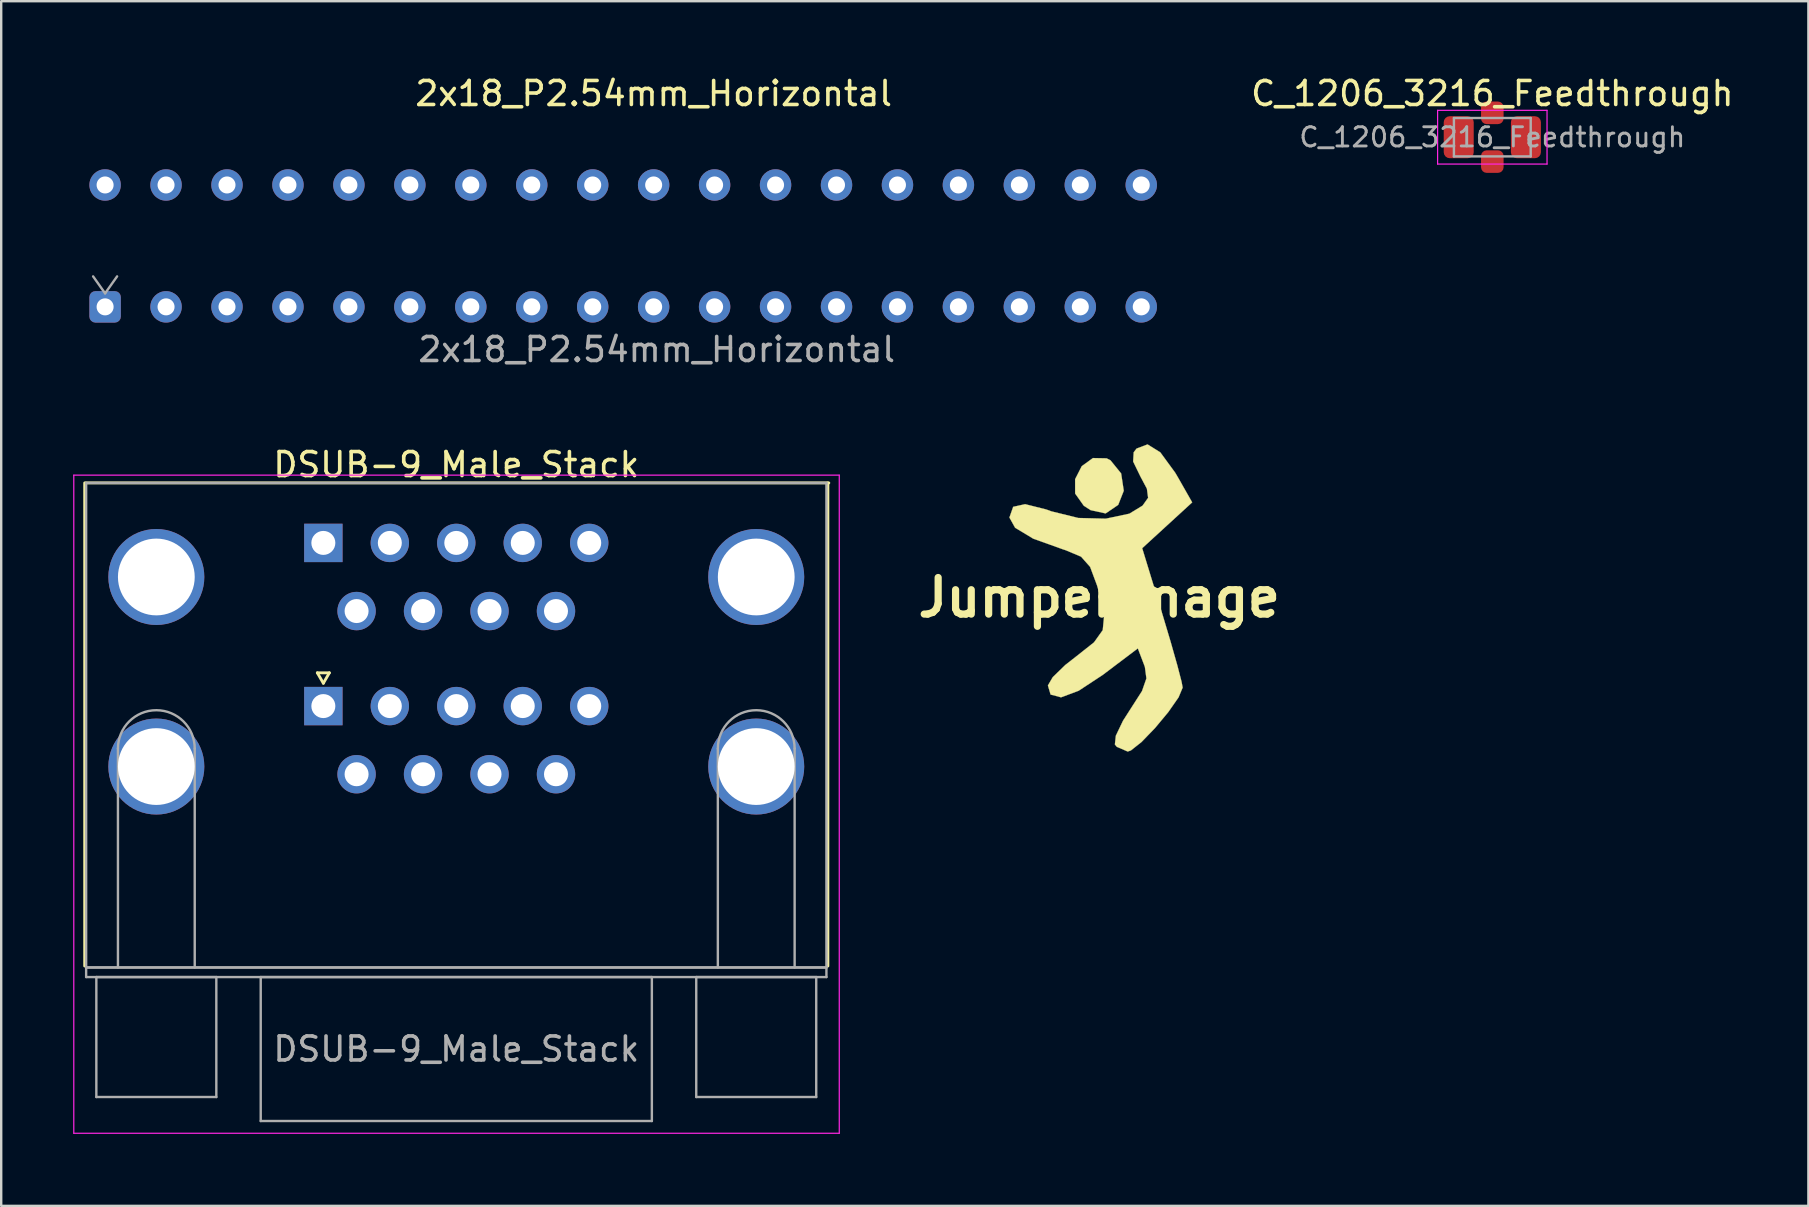
<source format=kicad_pcb>
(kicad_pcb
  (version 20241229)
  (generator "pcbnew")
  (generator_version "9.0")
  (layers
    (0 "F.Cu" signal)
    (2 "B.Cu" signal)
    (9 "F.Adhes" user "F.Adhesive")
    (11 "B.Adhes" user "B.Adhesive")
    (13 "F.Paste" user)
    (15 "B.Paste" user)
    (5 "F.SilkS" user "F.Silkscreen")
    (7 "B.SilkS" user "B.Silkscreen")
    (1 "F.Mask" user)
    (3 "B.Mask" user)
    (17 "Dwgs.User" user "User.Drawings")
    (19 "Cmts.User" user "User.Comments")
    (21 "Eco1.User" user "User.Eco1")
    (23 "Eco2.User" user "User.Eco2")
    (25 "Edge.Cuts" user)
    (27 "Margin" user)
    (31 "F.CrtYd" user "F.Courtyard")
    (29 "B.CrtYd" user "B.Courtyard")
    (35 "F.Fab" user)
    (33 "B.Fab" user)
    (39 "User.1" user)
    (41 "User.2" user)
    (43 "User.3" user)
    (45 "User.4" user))
  (footprint "C_1206_3216_Feedthrough"
    (layer "F.Cu")
    (at 59.14 2.668)
    (property "Reference" "C_1206_3216_Feedthrough" (at 0 -1.82 0) (layer "F.SilkS") (effects (font (size 1 1) (thickness 0.15))))
    (attr smd)
    (fp_line (start -2.28 -1.12) (end 2.28 -1.12) (stroke (width 0.05) (type solid)) (layer "F.CrtYd"))
    (fp_line (start -2.28 1.12) (end -2.28 -1.12) (stroke (width 0.05) (type solid)) (layer "F.CrtYd"))
    (fp_line (start 2.28 -1.12) (end 2.28 1.12) (stroke (width 0.05) (type solid)) (layer "F.CrtYd"))
    (fp_line (start 2.28 1.12) (end -2.28 1.12) (stroke (width 0.05) (type solid)) (layer "F.CrtYd"))
    (fp_line (start -1.6 -0.8) (end 1.6 -0.8) (stroke (width 0.1) (type solid)) (layer "F.Fab"))
    (fp_line (start -1.6 0.8) (end -1.6 -0.8) (stroke (width 0.1) (type solid)) (layer "F.Fab"))
    (fp_line (start 1.6 -0.8) (end 1.6 0.8) (stroke (width 0.1) (type solid)) (layer "F.Fab"))
    (fp_line (start 1.6 0.8) (end -1.6 0.8) (stroke (width 0.1) (type solid)) (layer "F.Fab"))
    (fp_text user "${REFERENCE}" (at 0 0 0) (layer "F.Fab") (effects (font (size 0.8 0.8) (thickness 0.12))))
    (pad "1" smd roundrect (at -1.4 0) (size 1.25 1.75) (layers "F.Cu" "F.Mask" "F.Paste") (roundrect_rratio 0.2))
    (pad "2" smd roundrect (at 0 -1.016) (size 0.94 0.94) (layers "F.Cu" "F.Mask" "F.Paste") (roundrect_rratio 0.25))
    (pad "2" smd roundrect (at 0 1.016) (size 0.94 0.94) (layers "F.Cu" "F.Mask" "F.Paste") (roundrect_rratio 0.25))
    (pad "3" smd roundrect (at 1.4 0) (size 1.25 1.75) (layers "F.Cu" "F.Mask" "F.Paste") (roundrect_rratio 0.2)))
  (footprint "DSUB-9_Male_Stack"
    (layer "F.Cu")
    (at 16.013 37.395)
    (property "Reference" "DSUB-9_Male_Stack" (at -0.048 -21.082 0) (layer "F.SilkS") (effects (font (size 1 1) (thickness 0.15))))
    (attr through_hole)
    (fp_line (start -15.533 -0.188) (end -15.533 -20.32) (stroke (width 0.12) (type solid)) (layer "F.SilkS"))
    (fp_line (start -15.494 -20.32) (end 15.476 -20.32) (stroke (width 0.12) (type solid)) (layer "F.SilkS"))
    (fp_line (start -5.838 -12.406) (end -5.338 -12.406) (stroke (width 0.12) (type solid)) (layer "F.SilkS"))
    (fp_line (start -5.588 -11.973) (end -5.838 -12.406) (stroke (width 0.12) (type solid)) (layer "F.SilkS"))
    (fp_line (start -5.338 -12.406) (end -5.588 -11.973) (stroke (width 0.12) (type solid)) (layer "F.SilkS"))
    (fp_line (start 15.437 -20.32) (end 15.437 -0.188) (stroke (width 0.12) (type solid)) (layer "F.SilkS"))
    (fp_line (start -15.988 -20.644) (end -15.988 6.782) (stroke (width 0.05) (type solid)) (layer "F.CrtYd"))
    (fp_line (start -15.988 6.782) (end 15.912 6.782) (stroke (width 0.05) (type solid)) (layer "F.CrtYd"))
    (fp_line (start 15.912 -20.644) (end -15.988 -20.644) (stroke (width 0.05) (type solid)) (layer "F.CrtYd"))
    (fp_line (start 15.912 6.782) (end 15.912 -20.644) (stroke (width 0.05) (type solid)) (layer "F.CrtYd"))
    (fp_line (start -15.473 -20.32) (end -15.473 -0.128) (stroke (width 0.1) (type solid)) (layer "F.Fab"))
    (fp_line (start -15.473 -0.128) (end -15.473 0.272) (stroke (width 0.1) (type solid)) (layer "F.Fab"))
    (fp_line (start -15.473 -0.128) (end 15.377 -0.128) (stroke (width 0.1) (type solid)) (layer "F.Fab"))
    (fp_line (start -15.473 0.272) (end 15.377 0.272) (stroke (width 0.1) (type solid)) (layer "F.Fab"))
    (fp_line (start -15.048 0.272) (end -15.048 5.272) (stroke (width 0.1) (type solid)) (layer "F.Fab"))
    (fp_line (start -15.048 5.272) (end -10.048 5.272) (stroke (width 0.1) (type solid)) (layer "F.Fab"))
    (fp_line (start -14.148 -0.128) (end -14.148 -9.248) (stroke (width 0.1) (type solid)) (layer "F.Fab"))
    (fp_line (start -10.948 -0.128) (end -10.948 -9.248) (stroke (width 0.1) (type solid)) (layer "F.Fab"))
    (fp_line (start -10.048 0.272) (end -15.048 0.272) (stroke (width 0.1) (type solid)) (layer "F.Fab"))
    (fp_line (start -10.048 5.272) (end -10.048 0.272) (stroke (width 0.1) (type solid)) (layer "F.Fab"))
    (fp_line (start -8.198 0.272) (end -8.198 6.272) (stroke (width 0.1) (type solid)) (layer "F.Fab"))
    (fp_line (start -8.198 6.272) (end 8.102 6.272) (stroke (width 0.1) (type solid)) (layer "F.Fab"))
    (fp_line (start 8.102 0.272) (end -8.198 0.272) (stroke (width 0.1) (type solid)) (layer "F.Fab"))
    (fp_line (start 8.102 6.272) (end 8.102 0.272) (stroke (width 0.1) (type solid)) (layer "F.Fab"))
    (fp_line (start 9.952 0.272) (end 9.952 5.272) (stroke (width 0.1) (type solid)) (layer "F.Fab"))
    (fp_line (start 9.952 5.272) (end 14.952 5.272) (stroke (width 0.1) (type solid)) (layer "F.Fab"))
    (fp_line (start 10.852 -0.128) (end 10.852 -9.248) (stroke (width 0.1) (type solid)) (layer "F.Fab"))
    (fp_line (start 14.052 -0.128) (end 14.052 -9.248) (stroke (width 0.1) (type solid)) (layer "F.Fab"))
    (fp_line (start 14.952 0.272) (end 9.952 0.272) (stroke (width 0.1) (type solid)) (layer "F.Fab"))
    (fp_line (start 14.952 5.272) (end 14.952 0.272) (stroke (width 0.1) (type solid)) (layer "F.Fab"))
    (fp_line (start 15.377 -20.32) (end -15.473 -20.32) (stroke (width 0.1) (type solid)) (layer "F.Fab"))
    (fp_line (start 15.377 -0.128) (end -15.473 -0.128) (stroke (width 0.1) (type solid)) (layer "F.Fab"))
    (fp_line (start 15.377 -0.128) (end 15.377 -20.32) (stroke (width 0.1) (type solid)) (layer "F.Fab"))
    (fp_line (start 15.377 0.272) (end 15.377 -0.128) (stroke (width 0.1) (type solid)) (layer "F.Fab"))
    (fp_arc (start -14.148 -9.248) (mid -12.548 -10.848) (end -10.948 -9.248) (stroke (width 0.1) (type solid)) (layer "F.Fab"))
    (fp_arc (start 10.852 -9.248) (mid 12.452 -10.848) (end 14.052 -9.248) (stroke (width 0.1) (type solid)) (layer "F.Fab"))
    (fp_text user "${REFERENCE}" (at -0.048 3.272 0) (layer "F.Fab") (effects (font (size 1 1) (thickness 0.15))))
    (pad "0" thru_hole circle (at -12.548 -16.4) (size 4 4) (drill 3.2) (layers "*.Cu" "*.Mask"))
    (pad "0" thru_hole circle (at -12.548 -8.5) (size 4 4) (drill 3.2) (layers "*.Cu" "*.Mask"))
    (pad "0" thru_hole circle (at 12.452 -16.4) (size 4 4) (drill 3.2) (layers "*.Cu" "*.Mask"))
    (pad "0" thru_hole circle (at 12.452 -8.5) (size 4 4) (drill 3.2) (layers "*.Cu" "*.Mask"))
    (pad "1" thru_hole rect (at -5.588 -11.02) (size 1.6 1.6) (drill 1) (layers "*.Cu" "*.Mask"))
    (pad "2" thru_hole circle (at -2.818 -11.02) (size 1.6 1.6) (drill 1) (layers "*.Cu" "*.Mask"))
    (pad "3" thru_hole circle (at -0.048 -11.02) (size 1.6 1.6) (drill 1) (layers "*.Cu" "*.Mask"))
    (pad "4" thru_hole circle (at 2.722 -11.02) (size 1.6 1.6) (drill 1) (layers "*.Cu" "*.Mask"))
    (pad "5" thru_hole circle (at 5.492 -11.02) (size 1.6 1.6) (drill 1) (layers "*.Cu" "*.Mask"))
    (pad "6" thru_hole circle (at -4.203 -8.18) (size 1.6 1.6) (drill 1) (layers "*.Cu" "*.Mask"))
    (pad "7" thru_hole circle (at -1.433 -8.18) (size 1.6 1.6) (drill 1) (layers "*.Cu" "*.Mask"))
    (pad "8" thru_hole circle (at 1.337 -8.18) (size 1.6 1.6) (drill 1) (layers "*.Cu" "*.Mask"))
    (pad "9" thru_hole circle (at 4.107 -8.18) (size 1.6 1.6) (drill 1) (layers "*.Cu" "*.Mask"))
    (pad "10" thru_hole rect (at -5.588 -17.82) (size 1.6 1.6) (drill 1) (layers "*.Cu" "*.Mask"))
    (pad "11" thru_hole circle (at -2.818 -17.82) (size 1.6 1.6) (drill 1) (layers "*.Cu" "*.Mask"))
    (pad "12" thru_hole circle (at -0.048 -17.82) (size 1.6 1.6) (drill 1) (layers "*.Cu" "*.Mask"))
    (pad "13" thru_hole circle (at 2.722 -17.82) (size 1.6 1.6) (drill 1) (layers "*.Cu" "*.Mask"))
    (pad "14" thru_hole circle (at 5.492 -17.82) (size 1.6 1.6) (drill 1) (layers "*.Cu" "*.Mask"))
    (pad "15" thru_hole circle (at -4.203 -14.98) (size 1.6 1.6) (drill 1) (layers "*.Cu" "*.Mask"))
    (pad "16" thru_hole circle (at -1.433 -14.98) (size 1.6 1.6) (drill 1) (layers "*.Cu" "*.Mask"))
    (pad "17" thru_hole circle (at 1.337 -14.98) (size 1.6 1.6) (drill 1) (layers "*.Cu" "*.Mask"))
    (pad "18" thru_hole circle (at 4.107 -14.98) (size 1.6 1.6) (drill 1) (layers "*.Cu" "*.Mask")))
  (footprint "2x18_P2.54mm_Horizontal"
    (layer "F.Cu")
    (at 24.063 7.325)
    (property "Reference" "2x18_P2.54mm_Horizontal" (at 0.127 -6.477 0) (layer "F.SilkS") (effects (font (size 1 1) (thickness 0.15))))
    (attr through_hole)
    (fp_line (start -24.003 -5.207) (end -24.003 5.08) (stroke (width 0.12) (type solid)) (layer "B.Paste"))
    (fp_line (start -24.003 -5.207) (end -24.003 5.08) (stroke (width 0.12) (type solid)) (layer "B.Paste"))
    (fp_line (start -24.003 5.08) (end 21.844 4.953) (stroke (width 0.12) (type solid)) (layer "B.Paste"))
    (fp_line (start 21.844 -5.207) (end -24.003 -5.207) (stroke (width 0.12) (type solid)) (layer "B.Paste"))
    (fp_line (start 21.844 4.953) (end 21.844 -5.207) (stroke (width 0.12) (type solid)) (layer "B.Paste"))
    (fp_line (start -23.233 1.143) (end -22.733 1.85) (stroke (width 0.1) (type solid)) (layer "F.Fab"))
    (fp_line (start -22.733 1.85) (end -22.233 1.143) (stroke (width 0.1) (type solid)) (layer "F.Fab"))
    (fp_text user "${REFERENCE}" (at 0.254 4.191 0) (layer "F.Fab") (effects (font (size 1 1) (thickness 0.15))))
    (pad "1" thru_hole roundrect (at -22.733 2.413) (size 1.31 1.31) (drill 0.71) (layers "*.Cu" "*.Mask") (roundrect_rratio 0.191))
    (pad "2" thru_hole circle (at -22.733 -2.667) (size 1.31 1.31) (drill 0.71) (layers "*.Cu" "*.Mask"))
    (pad "3" thru_hole circle (at -20.193 2.413) (size 1.31 1.31) (drill 0.71) (layers "*.Cu" "*.Mask"))
    (pad "4" thru_hole circle (at -20.193 -2.667) (size 1.31 1.31) (drill 0.71) (layers "*.Cu" "*.Mask"))
    (pad "5" thru_hole circle (at -17.653 2.413) (size 1.31 1.31) (drill 0.71) (layers "*.Cu" "*.Mask"))
    (pad "6" thru_hole circle (at -17.653 -2.667) (size 1.31 1.31) (drill 0.71) (layers "*.Cu" "*.Mask"))
    (pad "7" thru_hole circle (at -15.113 2.413) (size 1.31 1.31) (drill 0.71) (layers "*.Cu" "*.Mask"))
    (pad "8" thru_hole circle (at -15.113 -2.667) (size 1.31 1.31) (drill 0.71) (layers "*.Cu" "*.Mask"))
    (pad "9" thru_hole circle (at -12.573 2.413) (size 1.31 1.31) (drill 0.71) (layers "*.Cu" "*.Mask"))
    (pad "10" thru_hole circle (at -12.573 -2.667) (size 1.31 1.31) (drill 0.71) (layers "*.Cu" "*.Mask"))
    (pad "11" thru_hole circle (at -10.033 2.413) (size 1.31 1.31) (drill 0.71) (layers "*.Cu" "*.Mask"))
    (pad "12" thru_hole circle (at -10.033 -2.667) (size 1.31 1.31) (drill 0.71) (layers "*.Cu" "*.Mask"))
    (pad "13" thru_hole circle (at -7.493 2.413) (size 1.31 1.31) (drill 0.71) (layers "*.Cu" "*.Mask"))
    (pad "14" thru_hole circle (at -7.493 -2.667) (size 1.31 1.31) (drill 0.71) (layers "*.Cu" "*.Mask"))
    (pad "15" thru_hole circle (at -4.953 2.413) (size 1.31 1.31) (drill 0.71) (layers "*.Cu" "*.Mask"))
    (pad "16" thru_hole circle (at -4.953 -2.667) (size 1.31 1.31) (drill 0.71) (layers "*.Cu" "*.Mask"))
    (pad "17" thru_hole circle (at -2.413 2.413) (size 1.31 1.31) (drill 0.71) (layers "*.Cu" "*.Mask"))
    (pad "18" thru_hole circle (at -2.413 -2.667) (size 1.31 1.31) (drill 0.71) (layers "*.Cu" "*.Mask"))
    (pad "19" thru_hole circle (at 0.127 2.413) (size 1.31 1.31) (drill 0.71) (layers "*.Cu" "*.Mask"))
    (pad "20" thru_hole circle (at 0.127 -2.667) (size 1.31 1.31) (drill 0.71) (layers "*.Cu" "*.Mask"))
    (pad "21" thru_hole circle (at 2.667 2.413) (size 1.31 1.31) (drill 0.71) (layers "*.Cu" "*.Mask"))
    (pad "22" thru_hole circle (at 2.667 -2.667) (size 1.31 1.31) (drill 0.71) (layers "*.Cu" "*.Mask"))
    (pad "23" thru_hole circle (at 5.207 2.413) (size 1.31 1.31) (drill 0.71) (layers "*.Cu" "*.Mask"))
    (pad "24" thru_hole circle (at 5.207 -2.667) (size 1.31 1.31) (drill 0.71) (layers "*.Cu" "*.Mask"))
    (pad "25" thru_hole circle (at 7.747 2.413) (size 1.31 1.31) (drill 0.71) (layers "*.Cu" "*.Mask"))
    (pad "26" thru_hole circle (at 7.747 -2.667) (size 1.31 1.31) (drill 0.71) (layers "*.Cu" "*.Mask"))
    (pad "27" thru_hole circle (at 10.287 2.413) (size 1.31 1.31) (drill 0.71) (layers "*.Cu" "*.Mask"))
    (pad "28" thru_hole circle (at 10.287 -2.667) (size 1.31 1.31) (drill 0.71) (layers "*.Cu" "*.Mask"))
    (pad "29" thru_hole circle (at 12.827 2.413) (size 1.31 1.31) (drill 0.71) (layers "*.Cu" "*.Mask"))
    (pad "30" thru_hole circle (at 12.827 -2.667) (size 1.31 1.31) (drill 0.71) (layers "*.Cu" "*.Mask"))
    (pad "31" thru_hole circle (at 15.367 2.413) (size 1.31 1.31) (drill 0.71) (layers "*.Cu" "*.Mask"))
    (pad "32" thru_hole circle (at 15.367 -2.667) (size 1.31 1.31) (drill 0.71) (layers "*.Cu" "*.Mask"))
    (pad "33" thru_hole circle (at 17.907 2.413) (size 1.31 1.31) (drill 0.71) (layers "*.Cu" "*.Mask"))
    (pad "34" thru_hole circle (at 17.907 -2.667) (size 1.31 1.31) (drill 0.71) (layers "*.Cu" "*.Mask"))
    (pad "35" thru_hole circle (at 20.447 2.413) (size 1.31 1.31) (drill 0.71) (layers "*.Cu" "*.Mask"))
    (pad "36" thru_hole circle (at 20.447 -2.667) (size 1.31 1.31) (drill 0.71) (layers "*.Cu" "*.Mask")))
  (footprint "JumperImage"
    (layer "F.Cu")
    (at 42.759 21.852)
    (property "Reference" "JumperImage" (at 0 0 0) (layer "F.SilkS") (effects (font (size 1.524 1.524) (thickness 0.3))))
    (attr through_hole)
    (fp_poly (pts (xy 0.307 -5.802) (xy 0.468 -5.72) (xy 0.913 -5.171) (xy 1.022 -4.45) (xy 0.79 -3.862) (xy 0.266 -3.506) (xy -0.36 -3.643) (xy -0.643 -3.825) (xy -1.004 -4.335) (xy -1.005 -4.934) (xy -0.729 -5.475) (xy -0.263 -5.813) (xy 0.307 -5.802)) (stroke (width 0.01) (type solid)) (fill yes) (layer "F.SilkS"))
    (fp_poly (pts (xy 2.545 -6.051) (xy 3.165 -5.204) (xy 3.29 -4.991) (xy 3.873 -3.966) (xy 2.832 -3.012) (xy 1.79 -2.057) (xy 2.633 0.698) (xy 2.978 1.853) (xy 3.255 2.83) (xy 3.431 3.509) (xy 3.476 3.753) (xy 3.306 4.158) (xy 2.881 4.768) (xy 2.325 5.437) (xy 1.762 6.02) (xy 1.318 6.372) (xy 1.187 6.417) (xy 0.733 6.221) (xy 0.652 6.122) (xy 0.692 5.757) (xy 0.991 5.133) (xy 1.298 4.653) (xy 1.782 3.898) (xy 1.966 3.37) (xy 1.902 2.892) (xy 1.868 2.798) (xy 1.609 2.118) (xy 0.139 3.228) (xy -0.859 3.884) (xy -1.592 4.158) (xy -2.027 4.043) (xy -2.139 3.663) (xy -1.936 3.316) (xy -1.415 2.81) (xy -0.936 2.435) (xy -0.218 1.867) (xy 0.146 1.358) (xy 0.206 0.739) (xy 0.01 -0.158) (xy -0.094 -0.512) (xy -0.38 -1.278) (xy -0.757 -1.703) (xy -1.403 -1.975) (xy -1.493 -2.003) (xy -2.751 -2.454) (xy -3.506 -2.909) (xy -3.743 -3.336) (xy -3.586 -3.781) (xy -3.088 -3.891) (xy -2.21 -3.671) (xy -2.001 -3.594) (xy -0.871 -3.316) (xy 0.274 -3.287) (xy 1.255 -3.495) (xy 1.805 -3.83) (xy 2.037 -4.156) (xy 1.986 -4.537) (xy 1.713 -5.051) (xy 1.413 -5.669) (xy 1.436 -6.054) (xy 1.555 -6.208) (xy 2.013 -6.382) (xy 2.545 -6.051)) (stroke (width 0.01) (type solid)) (fill yes) (layer "F.SilkS")))
  (gr_rect
    (start -3 -3)
    (end 72.312 47.203)
    (stroke (width 0.1) (type default))
    (fill no)
    (layer "Edge.Cuts")))
</source>
